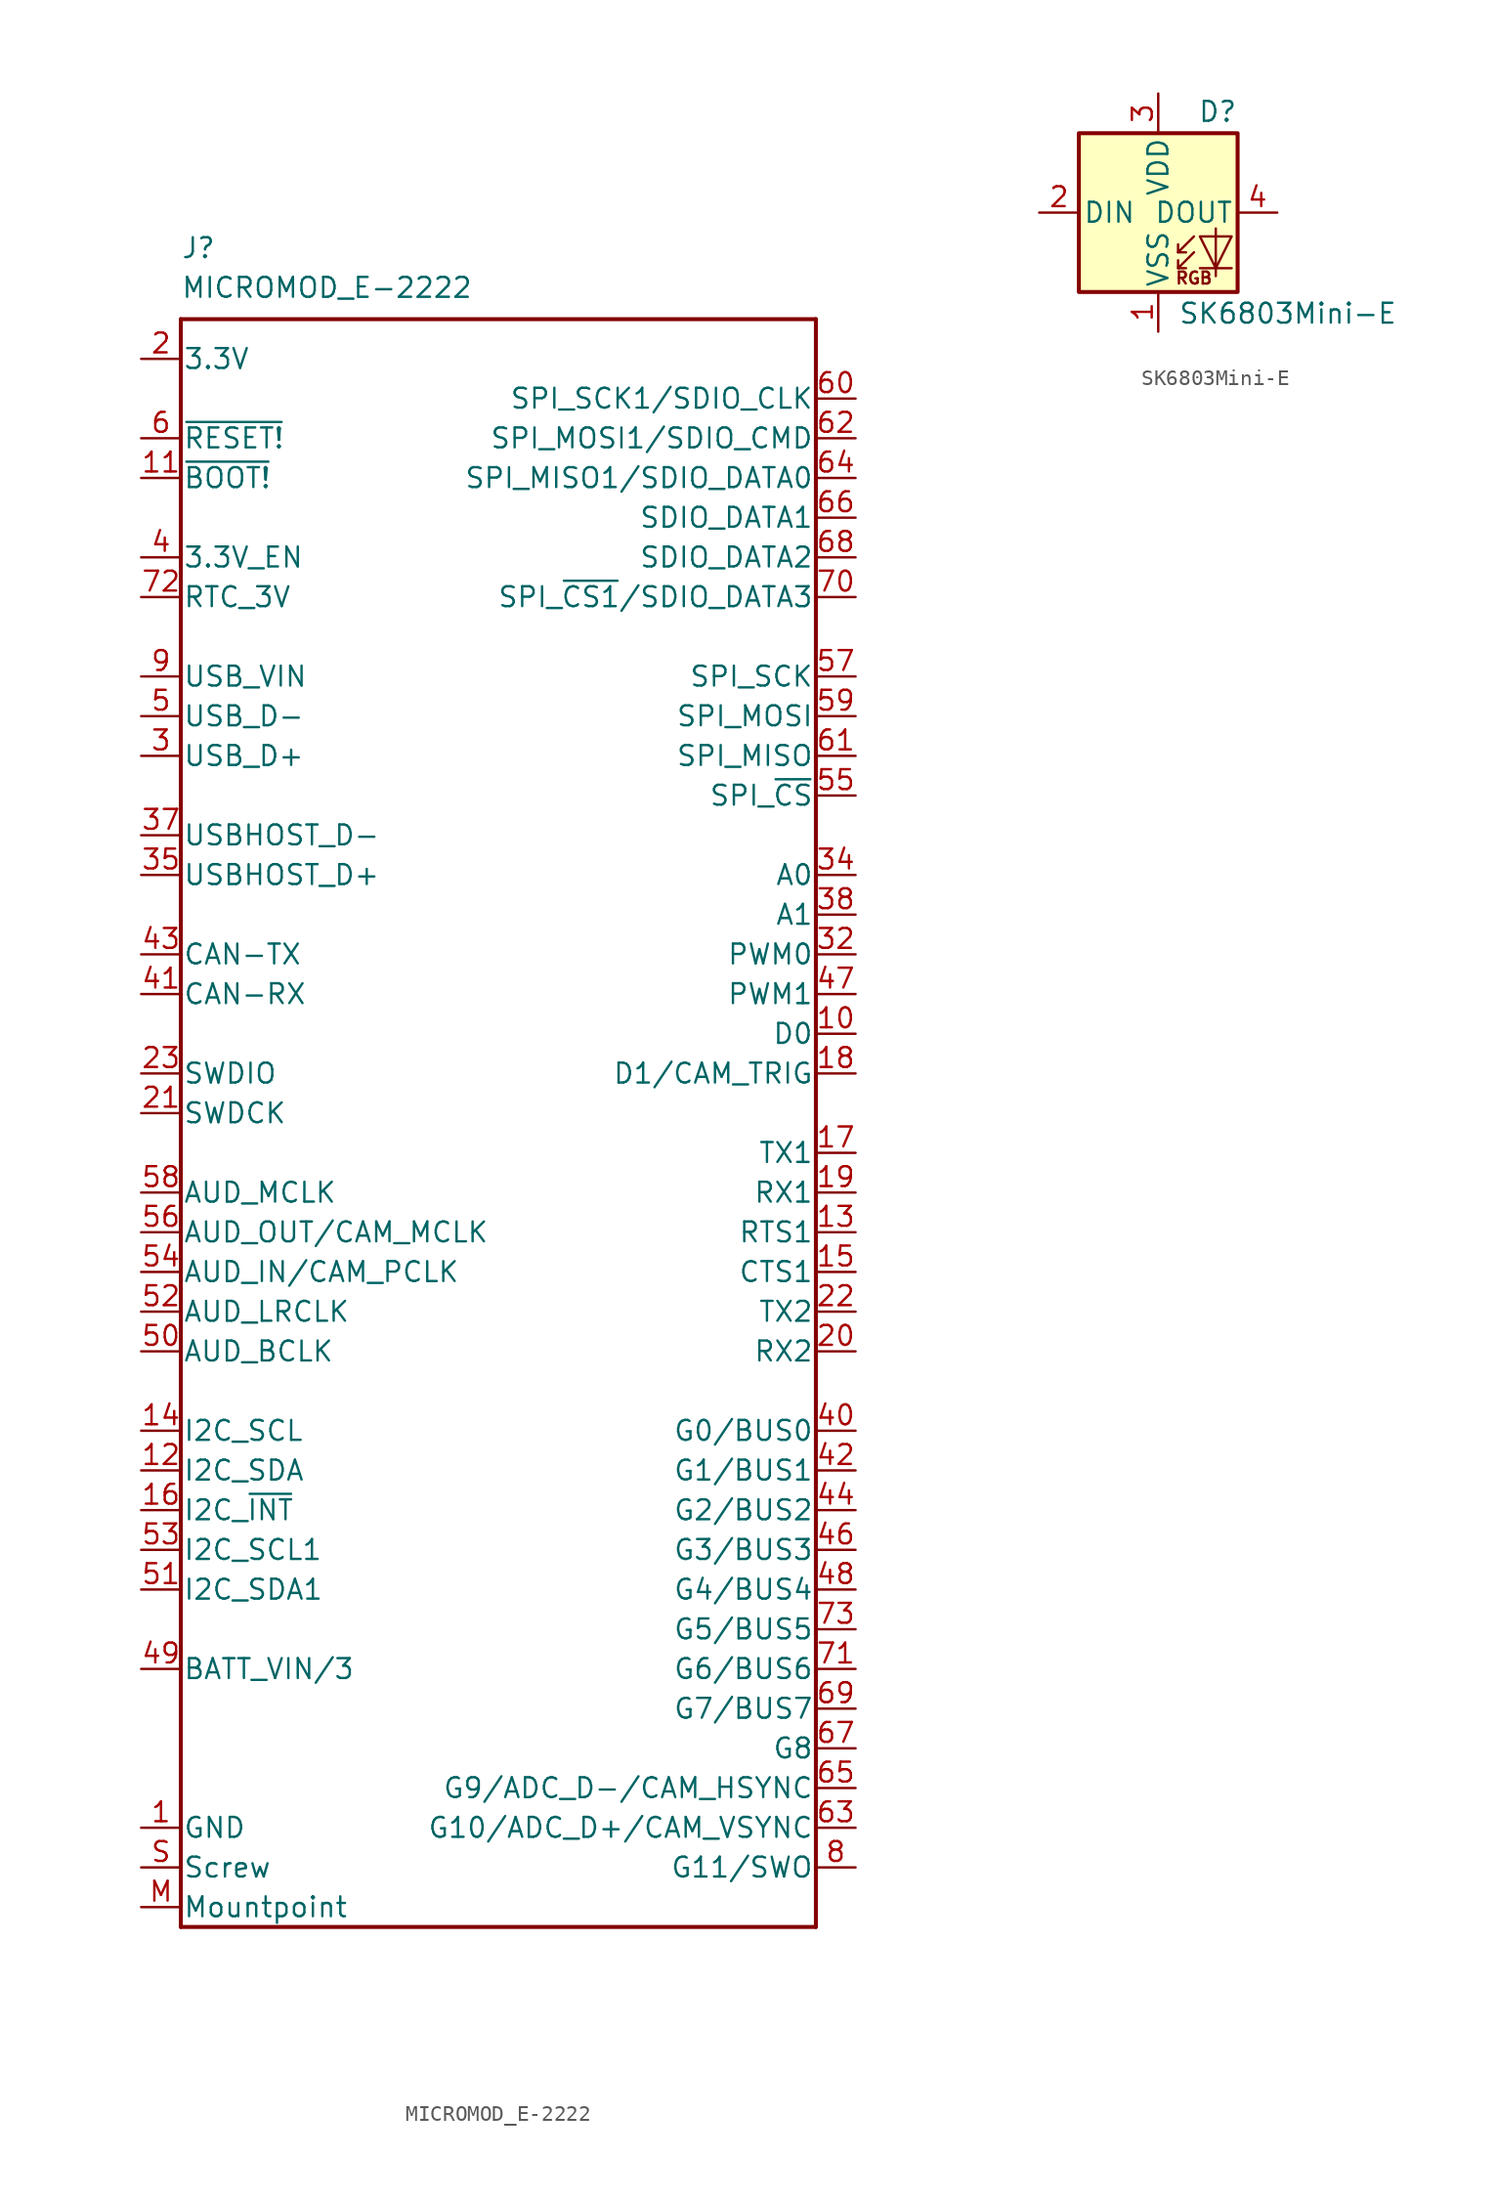
<source format=kicad_sym>
(kicad_symbol_lib
  (version 20211014)
  (generator kicad_symbol_editor)
  (symbol "MICROMOD_E-2222"
    (pin_names
      (offset 0.127))
    (property "Reference" "J"
      (at -20.32 59.69 0)
      (effects (font (size 1.27 1.27)) (justify left bottom)))
    (property "Value" "MICROMOD_E-2222"
      (at -20.32 57.15 0)
      (effects (font (size 1.27 1.27)) (justify left bottom)))
    (property "Datasheet" ""
      (at 0 -13.97 0)
      (effects (font (size 1.27 1.27)) (justify left bottom)))
    (symbol "MICROMOD_E-2222_1_1"
      (polyline (pts (xy -20.32 -46.99) (xy -20.32 55.88)) (stroke (width 0.254) (type default) (color 0 0 0 0)) (fill (type none)))
      (polyline (pts (xy -20.32 55.88) (xy 20.32 55.88)) (stroke (width 0.254) (type default) (color 0 0 0 0)) (fill (type none)))
      (polyline (pts (xy 20.32 -46.99) (xy -20.32 -46.99)) (stroke (width 0.254) (type default) (color 0 0 0 0)) (fill (type none)))
      (polyline (pts (xy 20.32 55.88) (xy 20.32 -46.99)) (stroke (width 0.254) (type default) (color 0 0 0 0)) (fill (type none)))
      (pin power_out line (at -22.86 -40.64 0) (length 2.54) (name "GND" (effects (font (size 1.27 1.27)))) (number "1" (effects (font (size 1.27 1.27)))))
      (pin bidirectional line (at 22.86 10.16 180) (length 2.54) (name "D0" (effects (font (size 1.27 1.27)))) (number "10" (effects (font (size 1.27 1.27)))))
      (pin output line (at -22.86 45.72 0) (length 2.54) (name "~{BOOT!}" (effects (font (size 1.27 1.27)))) (number "11" (effects (font (size 1.27 1.27)))))
      (pin bidirectional line (at -22.86 -17.78 0) (length 2.54) (name "I2C_SDA" (effects (font (size 1.27 1.27)))) (number "12" (effects (font (size 1.27 1.27)))))
      (pin bidirectional line (at 22.86 -2.54 180) (length 2.54) (name "RTS1" (effects (font (size 1.27 1.27)))) (number "13" (effects (font (size 1.27 1.27)))))
      (pin bidirectional line (at -22.86 -15.24 0) (length 2.54) (name "I2C_SCL" (effects (font (size 1.27 1.27)))) (number "14" (effects (font (size 1.27 1.27)))))
      (pin bidirectional line (at 22.86 -5.08 180) (length 2.54) (name "CTS1" (effects (font (size 1.27 1.27)))) (number "15" (effects (font (size 1.27 1.27)))))
      (pin bidirectional line (at -22.86 -20.32 0) (length 2.54) (name "I2C_~{INT}" (effects (font (size 1.27 1.27)))) (number "16" (effects (font (size 1.27 1.27)))))
      (pin bidirectional line (at 22.86 2.54 180) (length 2.54) (name "TX1" (effects (font (size 1.27 1.27)))) (number "17" (effects (font (size 1.27 1.27)))))
      (pin bidirectional line (at 22.86 7.62 180) (length 2.54) (name "D1/CAM_TRIG" (effects (font (size 1.27 1.27)))) (number "18" (effects (font (size 1.27 1.27)))))
      (pin bidirectional line (at 22.86 0 180) (length 2.54) (name "RX1" (effects (font (size 1.27 1.27)))) (number "19" (effects (font (size 1.27 1.27)))))
      (pin power_out line (at -22.86 53.34 0) (length 2.54) (name "3.3V" (effects (font (size 1.27 1.27)))) (number "2" (effects (font (size 1.27 1.27)))))
      (pin bidirectional line (at 22.86 -10.16 180) (length 2.54) (name "RX2" (effects (font (size 1.27 1.27)))) (number "20" (effects (font (size 1.27 1.27)))))
      (pin bidirectional line (at -22.86 5.08 0) (length 2.54) (name "SWDCK" (effects (font (size 1.27 1.27)))) (number "21" (effects (font (size 1.27 1.27)))))
      (pin bidirectional line (at 22.86 -7.62 180) (length 2.54) (name "TX2" (effects (font (size 1.27 1.27)))) (number "22" (effects (font (size 1.27 1.27)))))
      (pin bidirectional line (at -22.86 7.62 0) (length 2.54) (name "SWDIO" (effects (font (size 1.27 1.27)))) (number "23" (effects (font (size 1.27 1.27)))))
      (pin bidirectional line (at -22.86 27.94 0) (length 2.54) (name "USB_D+" (effects (font (size 1.27 1.27)))) (number "3" (effects (font (size 1.27 1.27)))))
      (pin bidirectional line (at 22.86 15.24 180) (length 2.54) (name "PWM0" (effects (font (size 1.27 1.27)))) (number "32" (effects (font (size 1.27 1.27)))))
      (pin power_out line (at -22.86 -40.64 0) (length 2.54) hide (name "GND" (effects (font (size 1.27 1.27)))) (number "33" (effects (font (size 1.27 1.27)))))
      (pin bidirectional line (at 22.86 20.32 180) (length 2.54) (name "A0" (effects (font (size 1.27 1.27)))) (number "34" (effects (font (size 1.27 1.27)))))
      (pin bidirectional line (at -22.86 20.32 0) (length 2.54) (name "USBHOST_D+" (effects (font (size 1.27 1.27)))) (number "35" (effects (font (size 1.27 1.27)))))
      (pin power_out line (at -22.86 -40.64 0) (length 2.54) hide (name "GND" (effects (font (size 1.27 1.27)))) (number "36" (effects (font (size 1.27 1.27)))))
      (pin bidirectional line (at -22.86 22.86 0) (length 2.54) (name "USBHOST_D-" (effects (font (size 1.27 1.27)))) (number "37" (effects (font (size 1.27 1.27)))))
      (pin bidirectional line (at 22.86 17.78 180) (length 2.54) (name "A1" (effects (font (size 1.27 1.27)))) (number "38" (effects (font (size 1.27 1.27)))))
      (pin power_out line (at -22.86 -40.64 0) (length 2.54) hide (name "GND" (effects (font (size 1.27 1.27)))) (number "39" (effects (font (size 1.27 1.27)))))
      (pin input line (at -22.86 40.64 0) (length 2.54) (name "3.3V_EN" (effects (font (size 1.27 1.27)))) (number "4" (effects (font (size 1.27 1.27)))))
      (pin bidirectional line (at 22.86 -15.24 180) (length 2.54) (name "G0/BUS0" (effects (font (size 1.27 1.27)))) (number "40" (effects (font (size 1.27 1.27)))))
      (pin bidirectional line (at -22.86 12.7 0) (length 2.54) (name "CAN-RX" (effects (font (size 1.27 1.27)))) (number "41" (effects (font (size 1.27 1.27)))))
      (pin bidirectional line (at 22.86 -17.78 180) (length 2.54) (name "G1/BUS1" (effects (font (size 1.27 1.27)))) (number "42" (effects (font (size 1.27 1.27)))))
      (pin bidirectional line (at -22.86 15.24 0) (length 2.54) (name "CAN-TX" (effects (font (size 1.27 1.27)))) (number "43" (effects (font (size 1.27 1.27)))))
      (pin bidirectional line (at 22.86 -20.32 180) (length 2.54) (name "G2/BUS2" (effects (font (size 1.27 1.27)))) (number "44" (effects (font (size 1.27 1.27)))))
      (pin power_out line (at -22.86 -40.64 0) (length 2.54) hide (name "GND" (effects (font (size 1.27 1.27)))) (number "45" (effects (font (size 1.27 1.27)))))
      (pin bidirectional line (at 22.86 -22.86 180) (length 2.54) (name "G3/BUS3" (effects (font (size 1.27 1.27)))) (number "46" (effects (font (size 1.27 1.27)))))
      (pin bidirectional line (at 22.86 12.7 180) (length 2.54) (name "PWM1" (effects (font (size 1.27 1.27)))) (number "47" (effects (font (size 1.27 1.27)))))
      (pin bidirectional line (at 22.86 -25.4 180) (length 2.54) (name "G4/BUS4" (effects (font (size 1.27 1.27)))) (number "48" (effects (font (size 1.27 1.27)))))
      (pin output line (at -22.86 -30.48 0) (length 2.54) (name "BATT_VIN/3" (effects (font (size 1.27 1.27)))) (number "49" (effects (font (size 1.27 1.27)))))
      (pin bidirectional line (at -22.86 30.48 0) (length 2.54) (name "USB_D-" (effects (font (size 1.27 1.27)))) (number "5" (effects (font (size 1.27 1.27)))))
      (pin bidirectional line (at -22.86 -10.16 0) (length 2.54) (name "AUD_BCLK" (effects (font (size 1.27 1.27)))) (number "50" (effects (font (size 1.27 1.27)))))
      (pin bidirectional line (at -22.86 -25.4 0) (length 2.54) (name "I2C_SDA1" (effects (font (size 1.27 1.27)))) (number "51" (effects (font (size 1.27 1.27)))))
      (pin bidirectional line (at -22.86 -7.62 0) (length 2.54) (name "AUD_LRCLK" (effects (font (size 1.27 1.27)))) (number "52" (effects (font (size 1.27 1.27)))))
      (pin bidirectional line (at -22.86 -22.86 0) (length 2.54) (name "I2C_SCL1" (effects (font (size 1.27 1.27)))) (number "53" (effects (font (size 1.27 1.27)))))
      (pin bidirectional line (at -22.86 -5.08 0) (length 2.54) (name "AUD_IN/CAM_PCLK" (effects (font (size 1.27 1.27)))) (number "54" (effects (font (size 1.27 1.27)))))
      (pin bidirectional line (at 22.86 25.4 180) (length 2.54) (name "SPI_~{CS}" (effects (font (size 1.27 1.27)))) (number "55" (effects (font (size 1.27 1.27)))))
      (pin bidirectional line (at -22.86 -2.54 0) (length 2.54) (name "AUD_OUT/CAM_MCLK" (effects (font (size 1.27 1.27)))) (number "56" (effects (font (size 1.27 1.27)))))
      (pin bidirectional line (at 22.86 33.02 180) (length 2.54) (name "SPI_SCK" (effects (font (size 1.27 1.27)))) (number "57" (effects (font (size 1.27 1.27)))))
      (pin bidirectional line (at -22.86 0 0) (length 2.54) (name "AUD_MCLK" (effects (font (size 1.27 1.27)))) (number "58" (effects (font (size 1.27 1.27)))))
      (pin bidirectional line (at 22.86 30.48 180) (length 2.54) (name "SPI_MOSI" (effects (font (size 1.27 1.27)))) (number "59" (effects (font (size 1.27 1.27)))))
      (pin output line (at -22.86 48.26 0) (length 2.54) (name "~{RESET!}" (effects (font (size 1.27 1.27)))) (number "6" (effects (font (size 1.27 1.27)))))
      (pin bidirectional line (at 22.86 50.8 180) (length 2.54) (name "SPI_SCK1/SDIO_CLK" (effects (font (size 1.27 1.27)))) (number "60" (effects (font (size 1.27 1.27)))))
      (pin bidirectional line (at 22.86 27.94 180) (length 2.54) (name "SPI_MISO" (effects (font (size 1.27 1.27)))) (number "61" (effects (font (size 1.27 1.27)))))
      (pin bidirectional line (at 22.86 48.26 180) (length 2.54) (name "SPI_MOSI1/SDIO_CMD" (effects (font (size 1.27 1.27)))) (number "62" (effects (font (size 1.27 1.27)))))
      (pin bidirectional line (at 22.86 -40.64 180) (length 2.54) (name "G10/ADC_D+/CAM_VSYNC" (effects (font (size 1.27 1.27)))) (number "63" (effects (font (size 1.27 1.27)))))
      (pin bidirectional line (at 22.86 45.72 180) (length 2.54) (name "SPI_MISO1/SDIO_DATA0" (effects (font (size 1.27 1.27)))) (number "64" (effects (font (size 1.27 1.27)))))
      (pin bidirectional line (at 22.86 -38.1 180) (length 2.54) (name "G9/ADC_D-/CAM_HSYNC" (effects (font (size 1.27 1.27)))) (number "65" (effects (font (size 1.27 1.27)))))
      (pin bidirectional line (at 22.86 43.18 180) (length 2.54) (name "SDIO_DATA1" (effects (font (size 1.27 1.27)))) (number "66" (effects (font (size 1.27 1.27)))))
      (pin bidirectional line (at 22.86 -35.56 180) (length 2.54) (name "G8" (effects (font (size 1.27 1.27)))) (number "67" (effects (font (size 1.27 1.27)))))
      (pin bidirectional line (at 22.86 40.64 180) (length 2.54) (name "SDIO_DATA2" (effects (font (size 1.27 1.27)))) (number "68" (effects (font (size 1.27 1.27)))))
      (pin bidirectional line (at 22.86 -33.02 180) (length 2.54) (name "G7/BUS7" (effects (font (size 1.27 1.27)))) (number "69" (effects (font (size 1.27 1.27)))))
      (pin power_out line (at -22.86 -40.64 0) (length 2.54) hide (name "GND" (effects (font (size 1.27 1.27)))) (number "7" (effects (font (size 1.27 1.27)))))
      (pin bidirectional line (at 22.86 38.1 180) (length 2.54) (name "SPI_~{CS1}/SDIO_DATA3" (effects (font (size 1.27 1.27)))) (number "70" (effects (font (size 1.27 1.27)))))
      (pin bidirectional line (at 22.86 -30.48 180) (length 2.54) (name "G6/BUS6" (effects (font (size 1.27 1.27)))) (number "71" (effects (font (size 1.27 1.27)))))
      (pin power_out line (at -22.86 38.1 0) (length 2.54) (name "RTC_3V" (effects (font (size 1.27 1.27)))) (number "72" (effects (font (size 1.27 1.27)))))
      (pin bidirectional line (at 22.86 -27.94 180) (length 2.54) (name "G5/BUS5" (effects (font (size 1.27 1.27)))) (number "73" (effects (font (size 1.27 1.27)))))
      (pin power_out line (at -22.86 53.34 0) (length 2.54) hide (name "3.3V" (effects (font (size 1.27 1.27)))) (number "74" (effects (font (size 1.27 1.27)))))
      (pin power_out line (at -22.86 -40.64 0) (length 2.54) hide (name "GND" (effects (font (size 1.27 1.27)))) (number "75" (effects (font (size 1.27 1.27)))))
      (pin bidirectional line (at 22.86 -43.18 180) (length 2.54) (name "G11/SWO" (effects (font (size 1.27 1.27)))) (number "8" (effects (font (size 1.27 1.27)))))
      (pin power_out line (at -22.86 33.02 0) (length 2.54) (name "USB_VIN" (effects (font (size 1.27 1.27)))) (number "9" (effects (font (size 1.27 1.27)))))
      (pin passive line (at -22.86 -45.72 0) (length 2.54) (name "Mountpoint" (effects (font (size 1.27 1.27)))) (number "M" (effects (font (size 1.27 1.27)))))
      (pin passive line (at -22.86 -43.18 0) (length 2.54) (name "Screw" (effects (font (size 1.27 1.27)))) (number "S" (effects (font (size 1.27 1.27)))))))
  (symbol "SK6803Mini-E"
    (pin_names
      (offset 0.254))
    (property "Reference" "D"
      (at 5.08 5.715 0)
      (effects (font (size 1.27 1.27)) (justify right bottom)))
    (property "Value" "SK6803Mini-E"
      (at 1.27 -5.715 0)
      (effects (font (size 1.27 1.27)) (justify left top)))
    (symbol "SK6803Mini-E_0_0"
      (text "RGB" (at 2.286 -4.191 0) (effects (font (size 0.762 0.762)))))
    (symbol "SK6803Mini-E_0_1"
      (polyline (pts (xy 1.27 -3.556) (xy 1.778 -3.556)) (stroke (width 0) (type default) (color 0 0 0 0)) (fill (type none)))
      (polyline (pts (xy 1.27 -2.54) (xy 1.778 -2.54)) (stroke (width 0) (type default) (color 0 0 0 0)) (fill (type none)))
      (polyline (pts (xy 4.699 -3.556) (xy 2.667 -3.556)) (stroke (width 0) (type default) (color 0 0 0 0)) (fill (type none)))
      (polyline (pts (xy 2.286 -2.54) (xy 1.27 -3.556) (xy 1.27 -3.048)) (stroke (width 0) (type default) (color 0 0 0 0)) (fill (type none)))
      (polyline (pts (xy 2.286 -1.524) (xy 1.27 -2.54) (xy 1.27 -2.032)) (stroke (width 0) (type default) (color 0 0 0 0)) (fill (type none)))
      (polyline (pts (xy 3.683 -1.016) (xy 3.683 -3.556) (xy 3.683 -4.064)) (stroke (width 0) (type default) (color 0 0 0 0)) (fill (type none)))
      (polyline (pts (xy 4.699 -1.524) (xy 2.667 -1.524) (xy 3.683 -3.556) (xy 4.699 -1.524)) (stroke (width 0) (type default) (color 0 0 0 0)) (fill (type none)))
      (rectangle (start 5.08 5.08) (end -5.08 -5.08) (stroke (width 0.254) (type default) (color 0 0 0 0)) (fill (type background))))
    (symbol "SK6803Mini-E_1_1"
      (pin power_in line (at 0 -7.62 90) (length 2.54) (name "VSS" (effects (font (size 1.27 1.27)))) (number "1" (effects (font (size 1.27 1.27)))))
      (pin input line (at -7.62 0 0) (length 2.54) (name "DIN" (effects (font (size 1.27 1.27)))) (number "2" (effects (font (size 1.27 1.27)))))
      (pin power_in line (at 0 7.62 270) (length 2.54) (name "VDD" (effects (font (size 1.27 1.27)))) (number "3" (effects (font (size 1.27 1.27)))))
      (pin output line (at 7.62 0 180) (length 2.54) (name "DOUT" (effects (font (size 1.27 1.27)))) (number "4" (effects (font (size 1.27 1.27))))))))
</source>
